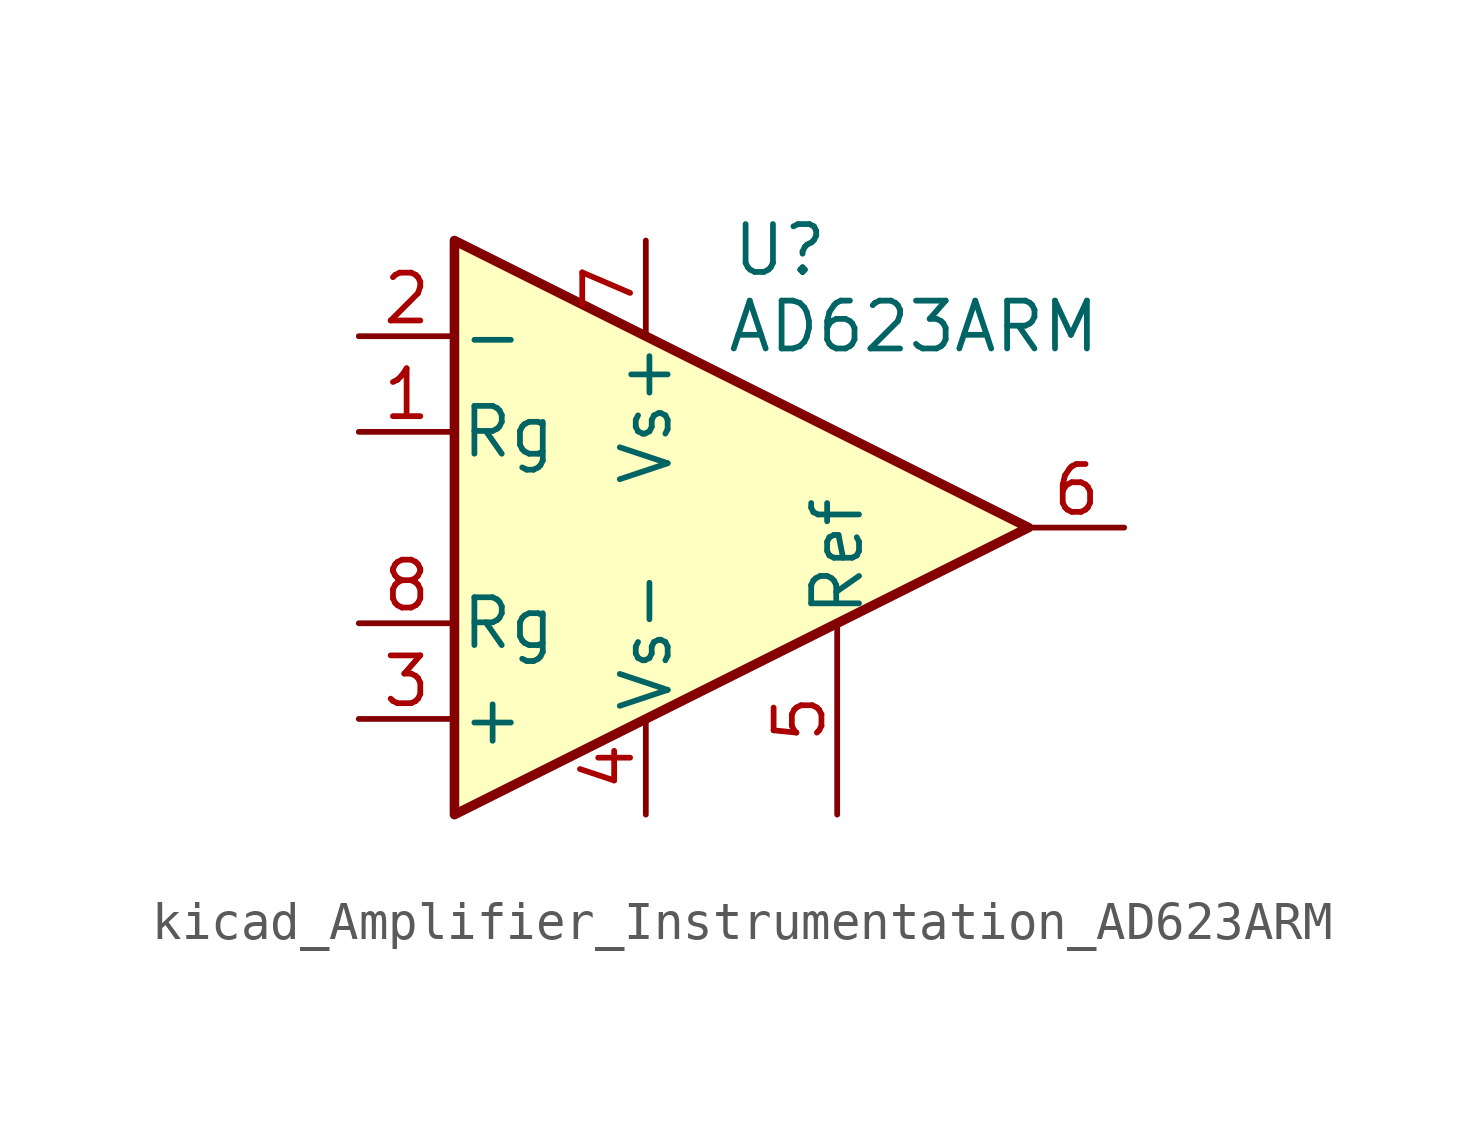
<source format=kicad_sym>
(kicad_symbol_lib
  (version 20220914)
  (generator kicad_symbol_editor)
  (symbol "kicad_Amplifier_Instrumentation_AD623ARM"
    (pin_names
      (offset 0.127))
    (property "Reference" "U"
      (at 3.556 7.366 0)
      (effects (font (size 1.27 1.27))))
    (property "Value" "AD623ARM"
      (at 7.112 5.334 0)
      (effects (font (size 1.27 1.27))))
    (symbol "kicad_Amplifier_Instrumentation_AD623ARM_0_1"
      (polyline (pts (xy -5.08 7.62) (xy -5.08 -7.62) (xy 10.16 0) (xy -5.08 7.62)) (stroke (width 0.254) (type default)) (fill (type background))))
    (symbol "kicad_Amplifier_Instrumentation_AD623ARM_1_1"
      (pin passive line (at -7.62 2.54 0) (length 2.54) (name "Rg" (effects (font (size 1.27 1.27)))) (number "1" (effects (font (size 1.27 1.27)))))
      (pin input line (at -7.62 5.08 0) (length 2.54) (name "-" (effects (font (size 1.27 1.27)))) (number "2" (effects (font (size 1.27 1.27)))))
      (pin input line (at -7.62 -5.08 0) (length 2.54) (name "+" (effects (font (size 1.27 1.27)))) (number "3" (effects (font (size 1.27 1.27)))))
      (pin power_in line (at 0 -7.62 90) (length 2.54) (name "Vs-" (effects (font (size 1.27 1.27)))) (number "4" (effects (font (size 1.27 1.27)))))
      (pin passive line (at 5.08 -7.62 90) (length 5.08) (name "Ref" (effects (font (size 1.27 1.27)))) (number "5" (effects (font (size 1.27 1.27)))))
      (pin output line (at 12.7 0 180) (length 2.54) (name "~" (effects (font (size 1.27 1.27)))) (number "6" (effects (font (size 1.27 1.27)))))
      (pin power_in line (at 0 7.62 270) (length 2.54) (name "Vs+" (effects (font (size 1.27 1.27)))) (number "7" (effects (font (size 1.27 1.27)))))
      (pin passive line (at -7.62 -2.54 0) (length 2.54) (name "Rg" (effects (font (size 1.27 1.27)))) (number "8" (effects (font (size 1.27 1.27))))))))
</source>
